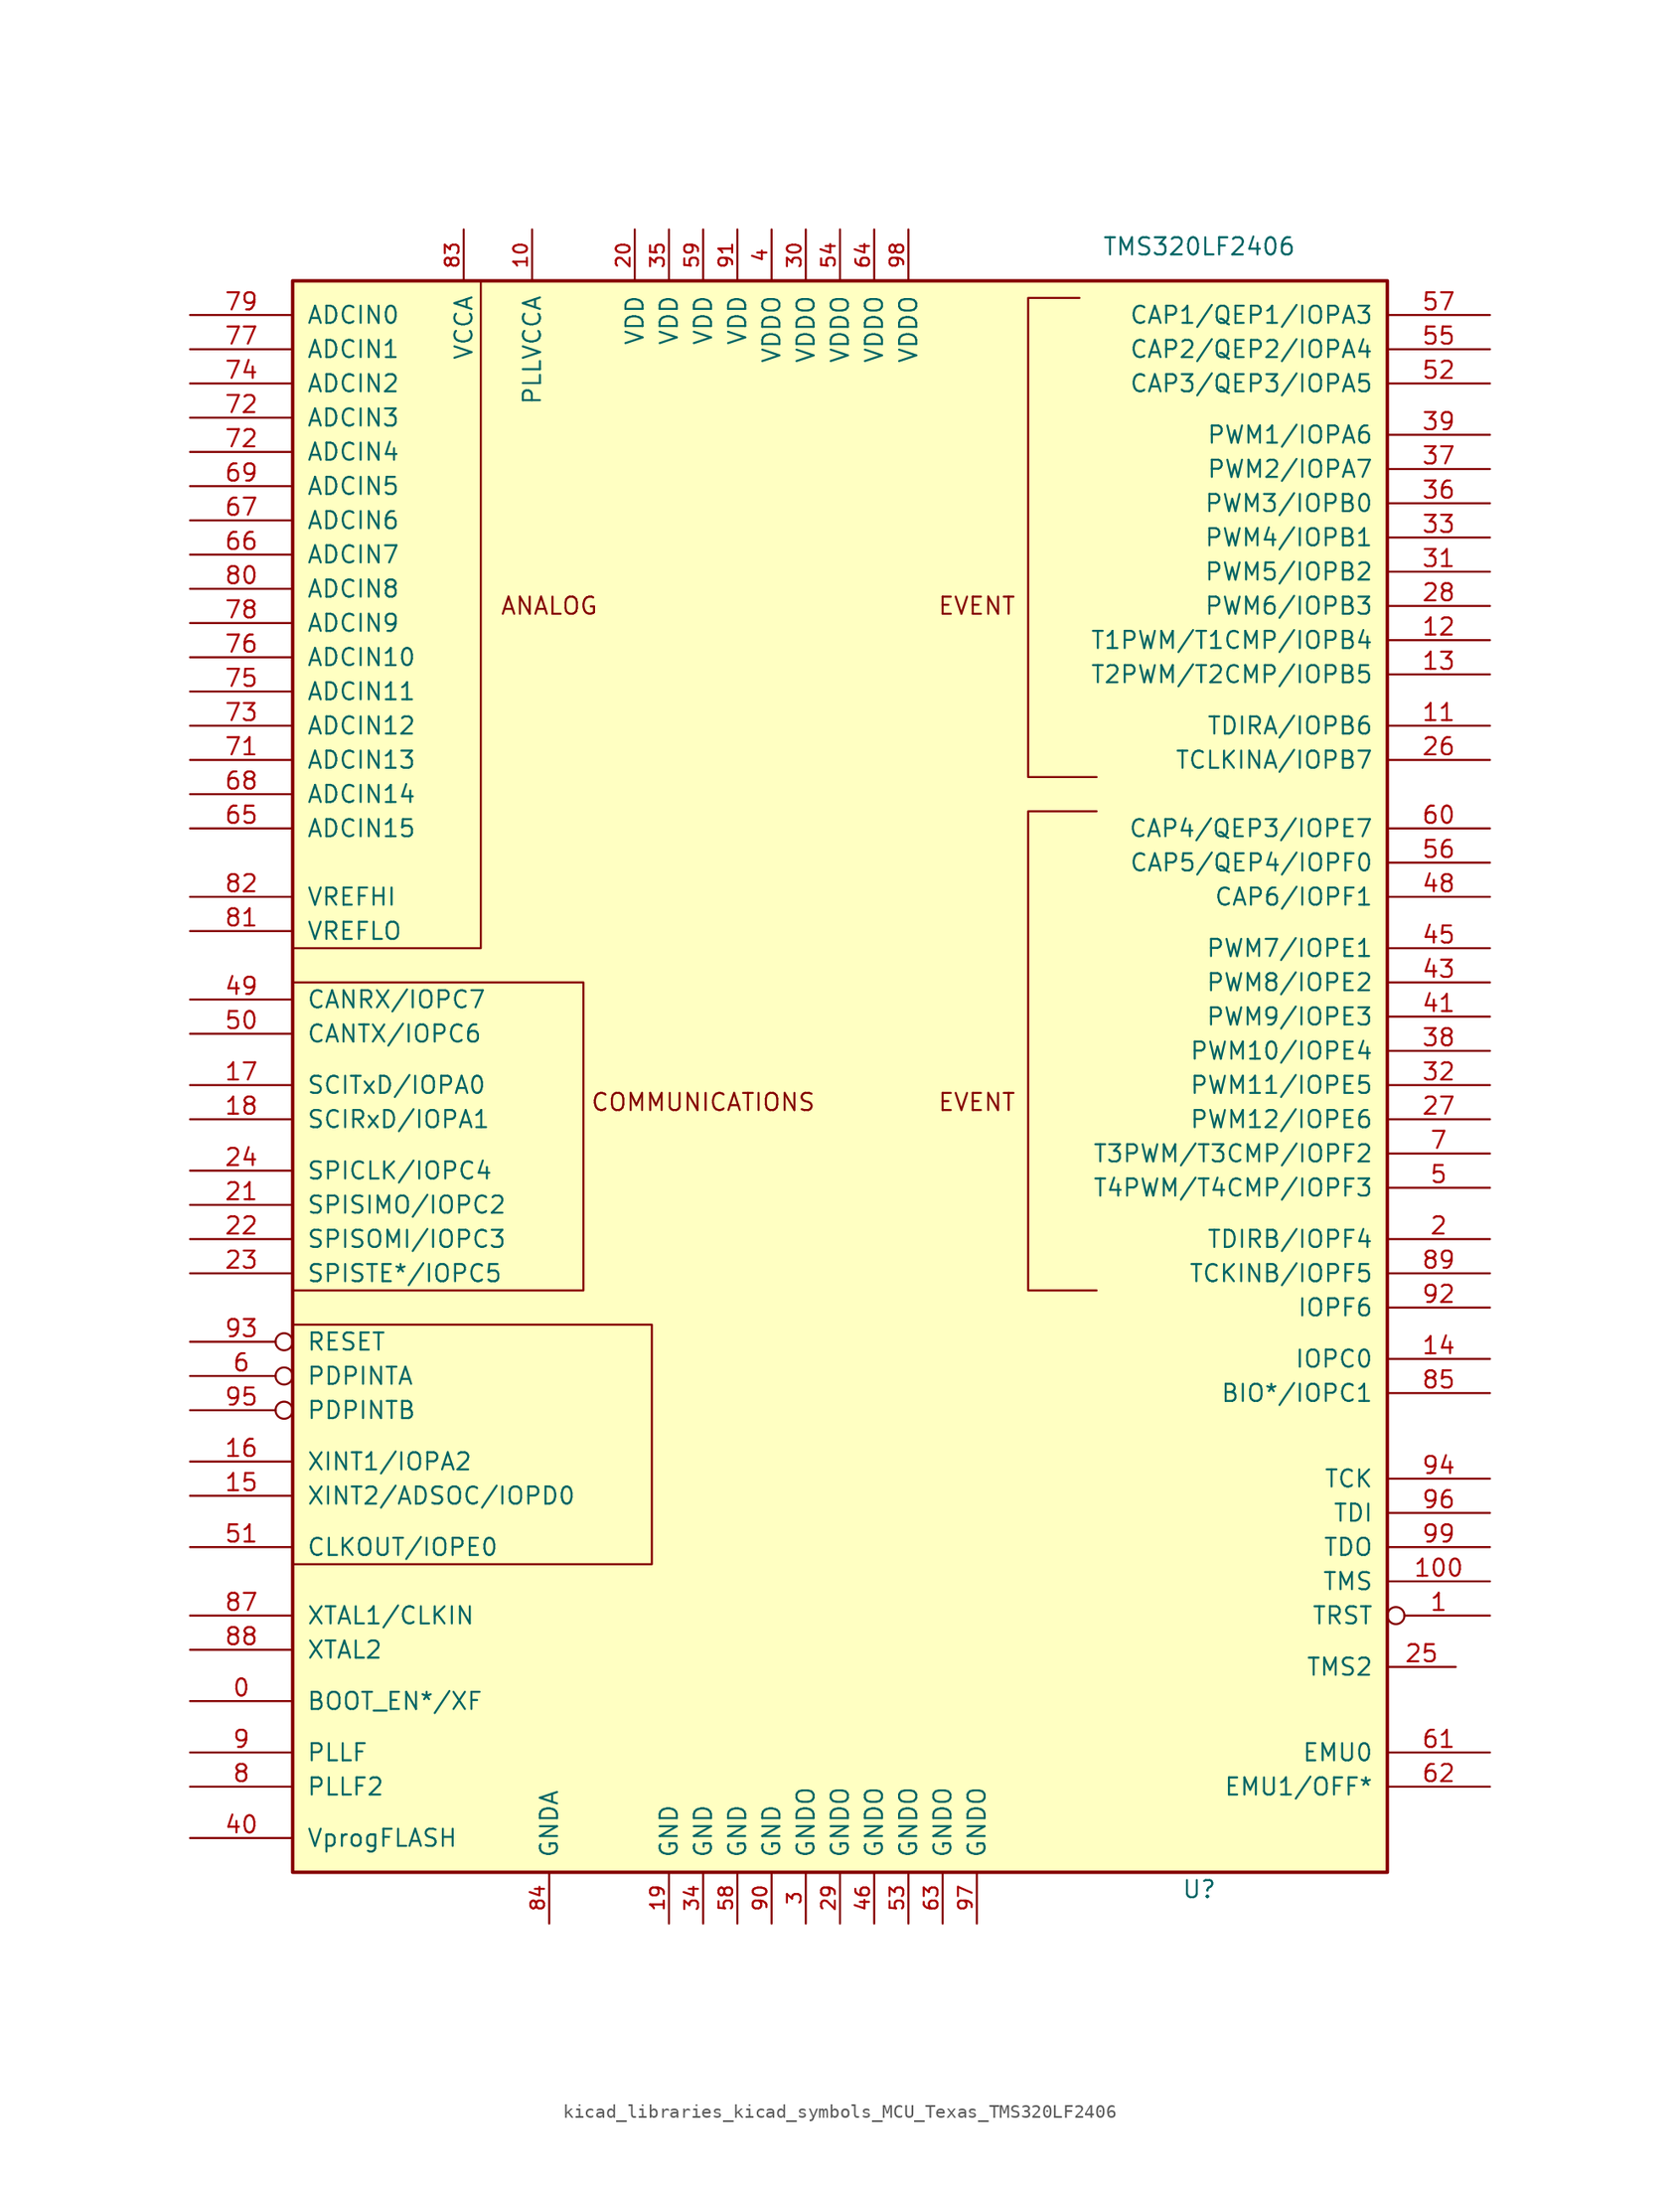
<source format=kicad_sym>
(kicad_symbol_lib
  (version 20220914)
  (generator kicad_symbol_editor)
  (symbol "kicad_libraries_kicad_symbols_MCU_Texas_TMS320LF2406"
    (pin_names
      (offset 1.016))
    (property "Reference" "U"
      (at 26.67 -60.96 0)
      (effects (font (size 1.27 1.27))))
    (property "Value" "TMS320LF2406"
      (at 26.67 60.96 0)
      (effects (font (size 1.27 1.27))))
    (symbol "kicad_libraries_kicad_symbols_MCU_Texas_TMS320LF2406_0_1"
      (rectangle (start -40.64 58.42) (end 40.64 -59.69) (stroke (width 0.254) (type default)) (fill (type background)))
      (polyline (pts (xy -26.67 58.42) (xy -26.67 8.89) (xy -40.64 8.89)) (stroke (width 0) (type default)) (fill (type none)))
      (polyline (pts (xy -40.64 -19.05) (xy -13.97 -19.05) (xy -13.97 -36.83) (xy -40.64 -36.83)) (stroke (width 0) (type default)) (fill (type none)))
      (polyline (pts (xy -40.64 6.35) (xy -19.05 6.35) (xy -19.05 -16.51) (xy -40.64 -16.51)) (stroke (width 0) (type default)) (fill (type none)))
      (polyline (pts (xy 17.78 57.15) (xy 13.97 57.15) (xy 13.97 21.59) (xy 19.05 21.59)) (stroke (width 0) (type default)) (fill (type none)))
      (polyline (pts (xy 19.05 19.05) (xy 13.97 19.05) (xy 13.97 -16.51) (xy 19.05 -16.51)) (stroke (width 0) (type default)) (fill (type none)))
      (text "ANALOG" (at -21.59 34.29 0) (effects (font (size 1.27 1.27))))
      (text "COMMUNICATIONS" (at -10.16 -2.54 0) (effects (font (size 1.27 1.27))))
      (text "EVENT" (at 10.16 -2.54 0) (effects (font (size 1.27 1.27))))
      (text "EVENT" (at 10.16 34.29 0) (effects (font (size 1.27 1.27))))
      (pin input line (at -48.26 53.34 0) (length 7.62) (name "ADCIN1" (effects (font (size 1.27 1.27)))) (number "77" (effects (font (size 1.27 1.27))))))
    (symbol "kicad_libraries_kicad_symbols_MCU_Texas_TMS320LF2406_1_1"
      (pin input line (at -48.26 -46.99 0) (length 7.62) (name "BOOT_EN*/XF" (effects (font (size 1.27 1.27)))) (number "0" (effects (font (size 1.27 1.27)))))
      (pin input inverted (at 48.26 -40.64 180) (length 7.62) (name "TRST" (effects (font (size 1.27 1.27)))) (number "1" (effects (font (size 1.27 1.27)))))
      (pin power_in line (at -22.86 62.23 270) (length 3.81) (name "PLLVCCA" (effects (font (size 1.27 1.27)))) (number "10" (effects (font (size 1.016 1.016)))))
      (pin input line (at 48.26 -38.1 180) (length 7.62) (name "TMS" (effects (font (size 1.27 1.27)))) (number "100" (effects (font (size 1.27 1.27)))))
      (pin bidirectional line (at 48.26 25.4 180) (length 7.62) (name "TDIRA/IOPB6" (effects (font (size 1.27 1.27)))) (number "11" (effects (font (size 1.27 1.27)))))
      (pin bidirectional line (at 48.26 31.75 180) (length 7.62) (name "T1PWM/T1CMP/IOPB4" (effects (font (size 1.27 1.27)))) (number "12" (effects (font (size 1.27 1.27)))))
      (pin bidirectional line (at 48.26 29.21 180) (length 7.62) (name "T2PWM/T2CMP/IOPB5" (effects (font (size 1.27 1.27)))) (number "13" (effects (font (size 1.27 1.27)))))
      (pin bidirectional line (at 48.26 -21.59 180) (length 7.62) (name "IOPC0" (effects (font (size 1.27 1.27)))) (number "14" (effects (font (size 1.27 1.27)))))
      (pin bidirectional line (at -48.26 -31.75 0) (length 7.62) (name "XINT2/ADSOC/IOPD0" (effects (font (size 1.27 1.27)))) (number "15" (effects (font (size 1.27 1.27)))))
      (pin bidirectional line (at -48.26 -29.21 0) (length 7.62) (name "XINT1/IOPA2" (effects (font (size 1.27 1.27)))) (number "16" (effects (font (size 1.27 1.27)))))
      (pin bidirectional line (at -48.26 -1.27 0) (length 7.62) (name "SCITxD/IOPA0" (effects (font (size 1.27 1.27)))) (number "17" (effects (font (size 1.27 1.27)))))
      (pin bidirectional line (at -48.26 -3.81 0) (length 7.62) (name "SCIRxD/IOPA1" (effects (font (size 1.27 1.27)))) (number "18" (effects (font (size 1.27 1.27)))))
      (pin power_in line (at -12.7 -63.5 90) (length 3.81) (name "GND" (effects (font (size 1.27 1.27)))) (number "19" (effects (font (size 1.016 1.016)))))
      (pin bidirectional line (at 48.26 -12.7 180) (length 7.62) (name "TDIRB/IOPF4" (effects (font (size 1.27 1.27)))) (number "2" (effects (font (size 1.27 1.27)))))
      (pin power_in line (at -15.24 62.23 270) (length 3.81) (name "VDD" (effects (font (size 1.27 1.27)))) (number "20" (effects (font (size 1.016 1.016)))))
      (pin bidirectional line (at -48.26 -10.16 0) (length 7.62) (name "SPISIMO/IOPC2" (effects (font (size 1.27 1.27)))) (number "21" (effects (font (size 1.27 1.27)))))
      (pin bidirectional line (at -48.26 -12.7 0) (length 7.62) (name "SPISOMI/IOPC3" (effects (font (size 1.27 1.27)))) (number "22" (effects (font (size 1.27 1.27)))))
      (pin bidirectional line (at -48.26 -15.24 0) (length 7.62) (name "SPISTE*/IOPC5" (effects (font (size 1.27 1.27)))) (number "23" (effects (font (size 1.27 1.27)))))
      (pin bidirectional line (at -48.26 -7.62 0) (length 7.62) (name "SPICLK/IOPC4" (effects (font (size 1.27 1.27)))) (number "24" (effects (font (size 1.27 1.27)))))
      (pin input line (at 45.72 -44.45 180) (length 5.08) (name "TMS2" (effects (font (size 1.27 1.27)))) (number "25" (effects (font (size 1.27 1.27)))))
      (pin bidirectional line (at 48.26 22.86 180) (length 7.62) (name "TCLKINA/IOPB7" (effects (font (size 1.27 1.27)))) (number "26" (effects (font (size 1.27 1.27)))))
      (pin bidirectional line (at 48.26 -3.81 180) (length 7.62) (name "PWM12/IOPE6" (effects (font (size 1.27 1.27)))) (number "27" (effects (font (size 1.27 1.27)))))
      (pin bidirectional line (at 48.26 34.29 180) (length 7.62) (name "PWM6/IOPB3" (effects (font (size 1.27 1.27)))) (number "28" (effects (font (size 1.27 1.27)))))
      (pin power_in line (at 0 -63.5 90) (length 3.81) (name "GNDO" (effects (font (size 1.27 1.27)))) (number "29" (effects (font (size 1.016 1.016)))))
      (pin power_in line (at -2.54 -63.5 90) (length 3.81) (name "GNDO" (effects (font (size 1.27 1.27)))) (number "3" (effects (font (size 1.016 1.016)))))
      (pin power_in line (at -2.54 62.23 270) (length 3.81) (name "VDDO" (effects (font (size 1.27 1.27)))) (number "30" (effects (font (size 1.016 1.016)))))
      (pin bidirectional line (at 48.26 36.83 180) (length 7.62) (name "PWM5/IOPB2" (effects (font (size 1.27 1.27)))) (number "31" (effects (font (size 1.27 1.27)))))
      (pin bidirectional line (at 48.26 -1.27 180) (length 7.62) (name "PWM11/IOPE5" (effects (font (size 1.27 1.27)))) (number "32" (effects (font (size 1.27 1.27)))))
      (pin bidirectional line (at 48.26 39.37 180) (length 7.62) (name "PWM4/IOPB1" (effects (font (size 1.27 1.27)))) (number "33" (effects (font (size 1.27 1.27)))))
      (pin power_in line (at -10.16 -63.5 90) (length 3.81) (name "GND" (effects (font (size 1.27 1.27)))) (number "34" (effects (font (size 1.016 1.016)))))
      (pin power_in line (at -12.7 62.23 270) (length 3.81) (name "VDD" (effects (font (size 1.27 1.27)))) (number "35" (effects (font (size 1.016 1.016)))))
      (pin bidirectional line (at 48.26 41.91 180) (length 7.62) (name "PWM3/IOPB0" (effects (font (size 1.27 1.27)))) (number "36" (effects (font (size 1.27 1.27)))))
      (pin bidirectional line (at 48.26 44.45 180) (length 7.62) (name "PWM2/IOPA7" (effects (font (size 1.27 1.27)))) (number "37" (effects (font (size 1.27 1.27)))))
      (pin bidirectional line (at 48.26 1.27 180) (length 7.62) (name "PWM10/IOPE4" (effects (font (size 1.27 1.27)))) (number "38" (effects (font (size 1.27 1.27)))))
      (pin bidirectional line (at 48.26 46.99 180) (length 7.62) (name "PWM1/IOPA6" (effects (font (size 1.27 1.27)))) (number "39" (effects (font (size 1.27 1.27)))))
      (pin power_in line (at -5.08 62.23 270) (length 3.81) (name "VDDO" (effects (font (size 1.27 1.27)))) (number "4" (effects (font (size 1.016 1.016)))))
      (pin input line (at -48.26 -57.15 0) (length 7.62) (name "VprogFLASH" (effects (font (size 1.27 1.27)))) (number "40" (effects (font (size 1.27 1.27)))))
      (pin bidirectional line (at 48.26 3.81 180) (length 7.62) (name "PWM9/IOPE3" (effects (font (size 1.27 1.27)))) (number "41" (effects (font (size 1.27 1.27)))))
      (pin bidirectional line (at 48.26 6.35 180) (length 7.62) (name "PWM8/IOPE2" (effects (font (size 1.27 1.27)))) (number "43" (effects (font (size 1.27 1.27)))))
      (pin bidirectional line (at 48.26 8.89 180) (length 7.62) (name "PWM7/IOPE1" (effects (font (size 1.27 1.27)))) (number "45" (effects (font (size 1.27 1.27)))))
      (pin power_in line (at 2.54 -63.5 90) (length 3.81) (name "GNDO" (effects (font (size 1.27 1.27)))) (number "46" (effects (font (size 1.016 1.016)))))
      (pin bidirectional line (at 48.26 12.7 180) (length 7.62) (name "CAP6/IOPF1" (effects (font (size 1.27 1.27)))) (number "48" (effects (font (size 1.27 1.27)))))
      (pin bidirectional line (at -48.26 5.08 0) (length 7.62) (name "CANRX/IOPC7" (effects (font (size 1.27 1.27)))) (number "49" (effects (font (size 1.27 1.27)))))
      (pin bidirectional line (at 48.26 -8.89 180) (length 7.62) (name "T4PWM/T4CMP/IOPF3" (effects (font (size 1.27 1.27)))) (number "5" (effects (font (size 1.27 1.27)))))
      (pin bidirectional line (at -48.26 2.54 0) (length 7.62) (name "CANTX/IOPC6" (effects (font (size 1.27 1.27)))) (number "50" (effects (font (size 1.27 1.27)))))
      (pin bidirectional line (at -48.26 -35.56 0) (length 7.62) (name "CLKOUT/IOPE0" (effects (font (size 1.27 1.27)))) (number "51" (effects (font (size 1.27 1.27)))))
      (pin bidirectional line (at 48.26 50.8 180) (length 7.62) (name "CAP3/QEP3/IOPA5" (effects (font (size 1.27 1.27)))) (number "52" (effects (font (size 1.27 1.27)))))
      (pin power_in line (at 5.08 -63.5 90) (length 3.81) (name "GNDO" (effects (font (size 1.27 1.27)))) (number "53" (effects (font (size 1.016 1.016)))))
      (pin power_in line (at 0 62.23 270) (length 3.81) (name "VDDO" (effects (font (size 1.27 1.27)))) (number "54" (effects (font (size 1.016 1.016)))))
      (pin bidirectional line (at 48.26 53.34 180) (length 7.62) (name "CAP2/QEP2/IOPA4" (effects (font (size 1.27 1.27)))) (number "55" (effects (font (size 1.27 1.27)))))
      (pin bidirectional line (at 48.26 15.24 180) (length 7.62) (name "CAP5/QEP4/IOPF0" (effects (font (size 1.27 1.27)))) (number "56" (effects (font (size 1.27 1.27)))))
      (pin bidirectional line (at 48.26 55.88 180) (length 7.62) (name "CAP1/QEP1/IOPA3" (effects (font (size 1.27 1.27)))) (number "57" (effects (font (size 1.27 1.27)))))
      (pin power_in line (at -7.62 -63.5 90) (length 3.81) (name "GND" (effects (font (size 1.27 1.27)))) (number "58" (effects (font (size 1.016 1.016)))))
      (pin power_in line (at -10.16 62.23 270) (length 3.81) (name "VDD" (effects (font (size 1.27 1.27)))) (number "59" (effects (font (size 1.016 1.016)))))
      (pin input inverted (at -48.26 -22.86 0) (length 7.62) (name "PDPINTA" (effects (font (size 1.27 1.27)))) (number "6" (effects (font (size 1.27 1.27)))))
      (pin bidirectional line (at 48.26 17.78 180) (length 7.62) (name "CAP4/QEP3/IOPE7" (effects (font (size 1.27 1.27)))) (number "60" (effects (font (size 1.27 1.27)))))
      (pin bidirectional line (at 48.26 -50.8 180) (length 7.62) (name "EMU0" (effects (font (size 1.27 1.27)))) (number "61" (effects (font (size 1.27 1.27)))))
      (pin bidirectional line (at 48.26 -53.34 180) (length 7.62) (name "EMU1/OFF*" (effects (font (size 1.27 1.27)))) (number "62" (effects (font (size 1.27 1.27)))))
      (pin power_in line (at 7.62 -63.5 90) (length 3.81) (name "GNDO" (effects (font (size 1.27 1.27)))) (number "63" (effects (font (size 1.016 1.016)))))
      (pin power_in line (at 2.54 62.23 270) (length 3.81) (name "VDDO" (effects (font (size 1.27 1.27)))) (number "64" (effects (font (size 1.016 1.016)))))
      (pin input line (at -48.26 17.78 0) (length 7.62) (name "ADCIN15" (effects (font (size 1.27 1.27)))) (number "65" (effects (font (size 1.27 1.27)))))
      (pin input line (at -48.26 38.1 0) (length 7.62) (name "ADCIN7" (effects (font (size 1.27 1.27)))) (number "66" (effects (font (size 1.27 1.27)))))
      (pin input line (at -48.26 40.64 0) (length 7.62) (name "ADCIN6" (effects (font (size 1.27 1.27)))) (number "67" (effects (font (size 1.27 1.27)))))
      (pin input line (at -48.26 20.32 0) (length 7.62) (name "ADCIN14" (effects (font (size 1.27 1.27)))) (number "68" (effects (font (size 1.27 1.27)))))
      (pin input line (at -48.26 43.18 0) (length 7.62) (name "ADCIN5" (effects (font (size 1.27 1.27)))) (number "69" (effects (font (size 1.27 1.27)))))
      (pin bidirectional line (at 48.26 -6.35 180) (length 7.62) (name "T3PWM/T3CMP/IOPF2" (effects (font (size 1.27 1.27)))) (number "7" (effects (font (size 1.27 1.27)))))
      (pin input line (at -48.26 22.86 0) (length 7.62) (name "ADCIN13" (effects (font (size 1.27 1.27)))) (number "71" (effects (font (size 1.27 1.27)))))
      (pin input line (at -48.26 48.26 0) (length 7.62) (name "ADCIN3" (effects (font (size 1.27 1.27)))) (number "72" (effects (font (size 1.27 1.27)))))
      (pin input line (at -48.26 45.72 0) (length 7.62) (name "ADCIN4" (effects (font (size 1.27 1.27)))) (number "72" (effects (font (size 1.27 1.27)))))
      (pin input line (at -48.26 25.4 0) (length 7.62) (name "ADCIN12" (effects (font (size 1.27 1.27)))) (number "73" (effects (font (size 1.27 1.27)))))
      (pin input line (at -48.26 50.8 0) (length 7.62) (name "ADCIN2" (effects (font (size 1.27 1.27)))) (number "74" (effects (font (size 1.27 1.27)))))
      (pin input line (at -48.26 27.94 0) (length 7.62) (name "ADCIN11" (effects (font (size 1.27 1.27)))) (number "75" (effects (font (size 1.27 1.27)))))
      (pin input line (at -48.26 30.48 0) (length 7.62) (name "ADCIN10" (effects (font (size 1.27 1.27)))) (number "76" (effects (font (size 1.27 1.27)))))
      (pin input line (at -48.26 33.02 0) (length 7.62) (name "ADCIN9" (effects (font (size 1.27 1.27)))) (number "78" (effects (font (size 1.27 1.27)))))
      (pin input line (at -48.26 55.88 0) (length 7.62) (name "ADCIN0" (effects (font (size 1.27 1.27)))) (number "79" (effects (font (size 1.27 1.27)))))
      (pin input line (at -48.26 -53.34 0) (length 7.62) (name "PLLF2" (effects (font (size 1.27 1.27)))) (number "8" (effects (font (size 1.27 1.27)))))
      (pin input line (at -48.26 35.56 0) (length 7.62) (name "ADCIN8" (effects (font (size 1.27 1.27)))) (number "80" (effects (font (size 1.27 1.27)))))
      (pin input line (at -48.26 10.16 0) (length 7.62) (name "VREFLO" (effects (font (size 1.27 1.27)))) (number "81" (effects (font (size 1.27 1.27)))))
      (pin input line (at -48.26 12.7 0) (length 7.62) (name "VREFHI" (effects (font (size 1.27 1.27)))) (number "82" (effects (font (size 1.27 1.27)))))
      (pin power_in line (at -27.94 62.23 270) (length 3.81) (name "VCCA" (effects (font (size 1.27 1.27)))) (number "83" (effects (font (size 1.016 1.016)))))
      (pin power_in line (at -21.59 -63.5 90) (length 3.81) (name "GNDA" (effects (font (size 1.27 1.27)))) (number "84" (effects (font (size 1.016 1.016)))))
      (pin bidirectional line (at 48.26 -24.13 180) (length 7.62) (name "BIO*/IOPC1" (effects (font (size 1.27 1.27)))) (number "85" (effects (font (size 1.27 1.27)))))
      (pin input line (at -48.26 -40.64 0) (length 7.62) (name "XTAL1/CLKIN" (effects (font (size 1.27 1.27)))) (number "87" (effects (font (size 1.27 1.27)))))
      (pin output line (at -48.26 -43.18 0) (length 7.62) (name "XTAL2" (effects (font (size 1.27 1.27)))) (number "88" (effects (font (size 1.27 1.27)))))
      (pin bidirectional line (at 48.26 -15.24 180) (length 7.62) (name "TCKINB/IOPF5" (effects (font (size 1.27 1.27)))) (number "89" (effects (font (size 1.27 1.27)))))
      (pin input line (at -48.26 -50.8 0) (length 7.62) (name "PLLF" (effects (font (size 1.27 1.27)))) (number "9" (effects (font (size 1.27 1.27)))))
      (pin power_in line (at -5.08 -63.5 90) (length 3.81) (name "GND" (effects (font (size 1.27 1.27)))) (number "90" (effects (font (size 1.016 1.016)))))
      (pin power_in line (at -7.62 62.23 270) (length 3.81) (name "VDD" (effects (font (size 1.27 1.27)))) (number "91" (effects (font (size 1.016 1.016)))))
      (pin bidirectional line (at 48.26 -17.78 180) (length 7.62) (name "IOPF6" (effects (font (size 1.27 1.27)))) (number "92" (effects (font (size 1.27 1.27)))))
      (pin input inverted (at -48.26 -20.32 0) (length 7.62) (name "RESET" (effects (font (size 1.27 1.27)))) (number "93" (effects (font (size 1.27 1.27)))))
      (pin bidirectional line (at 48.26 -30.48 180) (length 7.62) (name "TCK" (effects (font (size 1.27 1.27)))) (number "94" (effects (font (size 1.27 1.27)))))
      (pin input inverted (at -48.26 -25.4 0) (length 7.62) (name "PDPINTB" (effects (font (size 1.27 1.27)))) (number "95" (effects (font (size 1.27 1.27)))))
      (pin input line (at 48.26 -33.02 180) (length 7.62) (name "TDI" (effects (font (size 1.27 1.27)))) (number "96" (effects (font (size 1.27 1.27)))))
      (pin power_in line (at 10.16 -63.5 90) (length 3.81) (name "GNDO" (effects (font (size 1.27 1.27)))) (number "97" (effects (font (size 1.016 1.016)))))
      (pin power_in line (at 5.08 62.23 270) (length 3.81) (name "VDDO" (effects (font (size 1.27 1.27)))) (number "98" (effects (font (size 1.016 1.016)))))
      (pin output line (at 48.26 -35.56 180) (length 7.62) (name "TDO" (effects (font (size 1.27 1.27)))) (number "99" (effects (font (size 1.27 1.27))))))))
</source>
